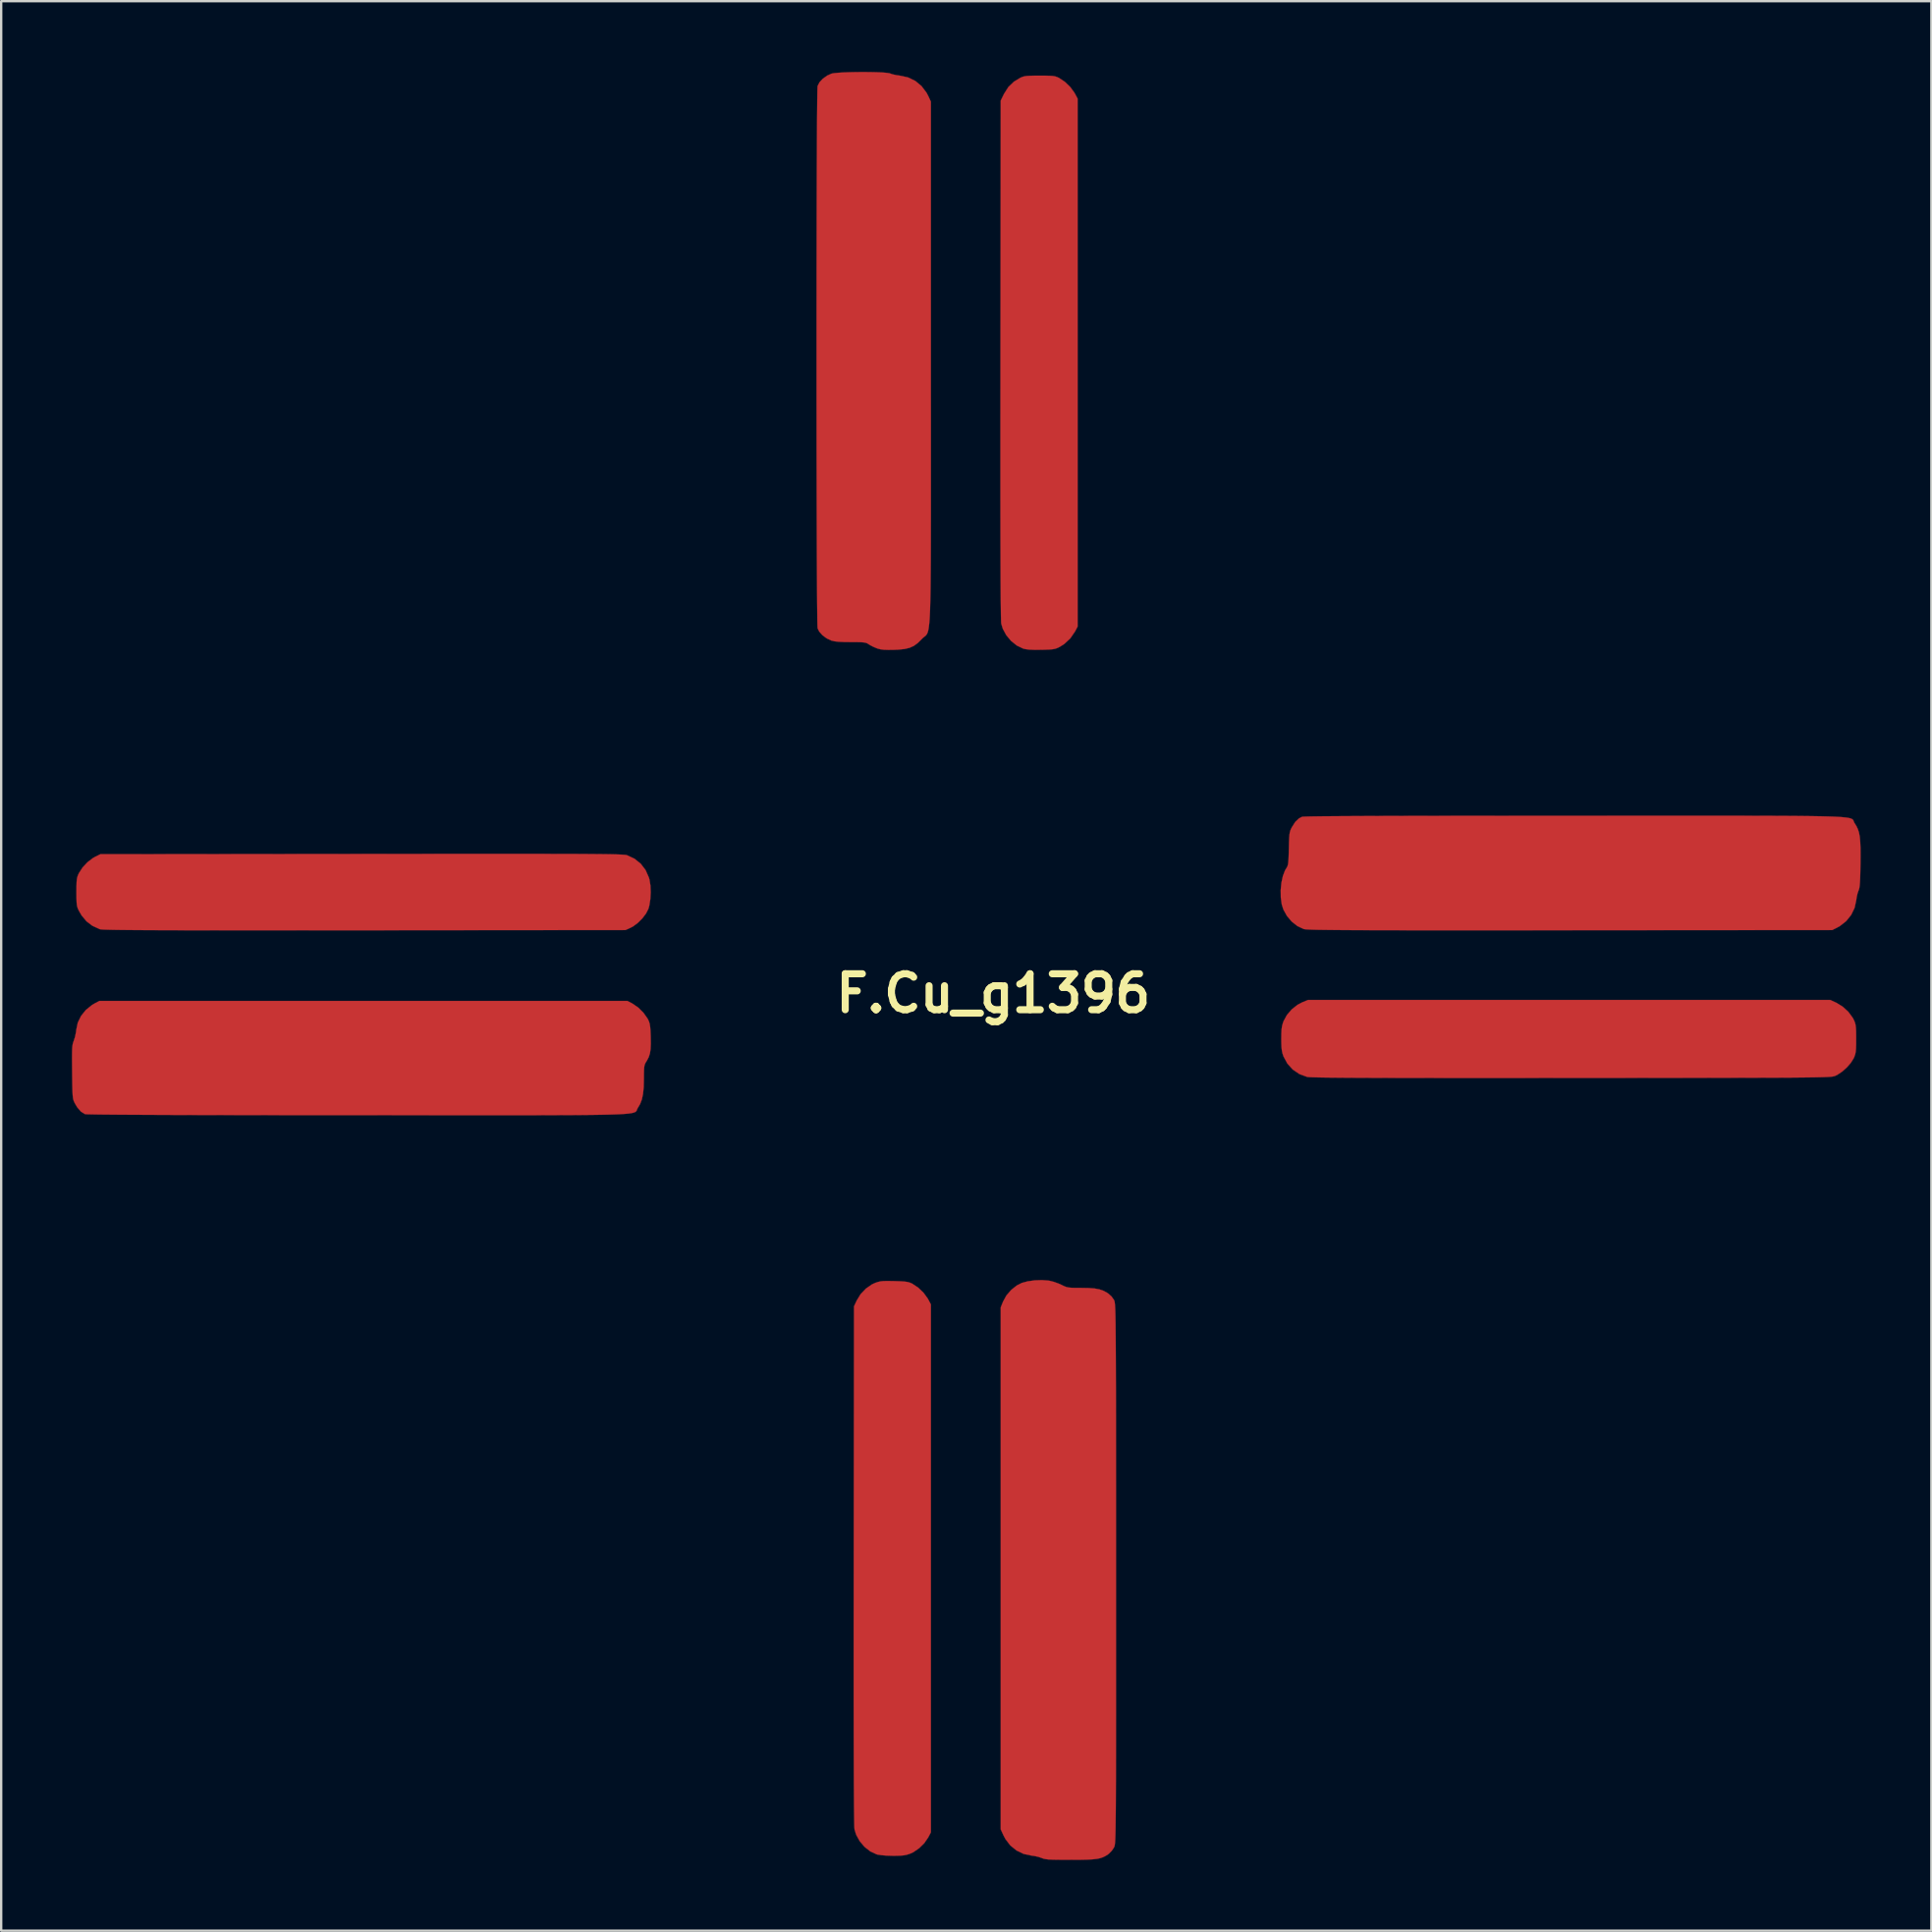
<source format=kicad_pcb>
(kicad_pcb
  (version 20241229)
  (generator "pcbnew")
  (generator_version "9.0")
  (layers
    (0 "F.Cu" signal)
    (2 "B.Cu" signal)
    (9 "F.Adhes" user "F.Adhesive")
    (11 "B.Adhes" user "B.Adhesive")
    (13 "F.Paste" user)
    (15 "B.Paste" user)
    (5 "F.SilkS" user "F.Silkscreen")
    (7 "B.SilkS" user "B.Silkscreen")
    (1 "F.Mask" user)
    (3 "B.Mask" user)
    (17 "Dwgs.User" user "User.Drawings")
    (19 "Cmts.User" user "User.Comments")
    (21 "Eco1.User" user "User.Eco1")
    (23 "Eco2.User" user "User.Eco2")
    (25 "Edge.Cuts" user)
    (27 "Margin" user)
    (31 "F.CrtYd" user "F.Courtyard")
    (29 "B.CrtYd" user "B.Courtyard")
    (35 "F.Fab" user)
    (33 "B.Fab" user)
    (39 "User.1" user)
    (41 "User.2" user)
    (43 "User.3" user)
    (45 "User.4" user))
  (footprint "F.Cu_g1396"
    (layer "F.Cu")
    (at 39.076 39.084)
    (property "Reference" "F.Cu_g1396" (at 0 0 0) (layer "F.SilkS") (effects (font (size 1.524 1.524) (thickness 0.3))))
    (attr through_hole)
    (fp_poly (pts (xy -4.289 12.198) (xy -4.191 12.2) (xy -3.95 12.208) (xy -3.774 12.219) (xy -3.646 12.236) (xy -3.547 12.262) (xy -3.458 12.299) (xy -3.429 12.314) (xy -3.183 12.478) (xy -2.956 12.696) (xy -2.779 12.938) (xy -2.759 12.975) (xy -2.646 13.187) (xy -2.646 35.581) (xy -2.758 35.794) (xy -2.924 36.037) (xy -3.143 36.253) (xy -3.389 36.421) (xy -3.528 36.485) (xy -3.656 36.527) (xy -3.787 36.554) (xy -3.945 36.568) (xy -4.152 36.573) (xy -4.267 36.573) (xy -4.526 36.566) (xy -4.749 36.547) (xy -4.915 36.521) (xy -4.953 36.51) (xy -5.217 36.386) (xy -5.459 36.195) (xy -5.663 35.955) (xy -5.813 35.683) (xy -5.883 35.459) (xy -5.888 35.399) (xy -5.893 35.27) (xy -5.897 35.072) (xy -5.901 34.803) (xy -5.905 34.463) (xy -5.908 34.05) (xy -5.911 33.563) (xy -5.913 33.002) (xy -5.915 32.366) (xy -5.917 31.653) (xy -5.918 30.862) (xy -5.919 29.993) (xy -5.919 29.044) (xy -5.919 28.015) (xy -5.919 26.905) (xy -5.918 25.711) (xy -5.917 24.434) (xy -5.917 24.257) (xy -5.905 13.271) (xy -5.787 13.018) (xy -5.622 12.75) (xy -5.401 12.518) (xy -5.146 12.341) (xy -5.003 12.275) (xy -4.893 12.238) (xy -4.787 12.213) (xy -4.665 12.199) (xy -4.505 12.195) (xy -4.289 12.198)) (stroke (width 0.01) (type solid)) (fill yes) (layer "F.Cu"))
    (fp_poly (pts (xy 2.218 -38.925) (xy 2.4 -38.92) (xy 2.531 -38.911) (xy 2.628 -38.893) (xy 2.708 -38.867) (xy 2.788 -38.829) (xy 2.794 -38.826) (xy 3.041 -38.66) (xy 3.267 -38.442) (xy 3.444 -38.2) (xy 3.464 -38.163) (xy 3.577 -37.952) (xy 3.577 -15.557) (xy 3.465 -15.346) (xy 3.268 -15.06) (xy 3.012 -14.822) (xy 2.815 -14.697) (xy 2.722 -14.652) (xy 2.633 -14.62) (xy 2.53 -14.599) (xy 2.393 -14.587) (xy 2.204 -14.579) (xy 2.032 -14.575) (xy 1.742 -14.574) (xy 1.523 -14.583) (xy 1.361 -14.603) (xy 1.27 -14.626) (xy 1.001 -14.755) (xy 0.757 -14.95) (xy 0.553 -15.194) (xy 0.404 -15.47) (xy 0.34 -15.68) (xy 0.335 -15.74) (xy 0.33 -15.868) (xy 0.326 -16.067) (xy 0.322 -16.336) (xy 0.318 -16.676) (xy 0.315 -17.089) (xy 0.312 -17.575) (xy 0.31 -18.136) (xy 0.308 -18.773) (xy 0.306 -19.486) (xy 0.305 -20.276) (xy 0.304 -21.145) (xy 0.304 -22.094) (xy 0.304 -23.123) (xy 0.304 -24.234) (xy 0.305 -25.427) (xy 0.306 -26.704) (xy 0.306 -26.883) (xy 0.318 -37.869) (xy 0.457 -38.152) (xy 0.641 -38.443) (xy 0.882 -38.674) (xy 1.14 -38.83) (xy 1.223 -38.868) (xy 1.308 -38.894) (xy 1.41 -38.911) (xy 1.547 -38.92) (xy 1.736 -38.925) (xy 1.968 -38.925) (xy 2.218 -38.925)) (stroke (width 0.01) (type solid)) (fill yes) (layer "F.Cu"))
    (fp_poly (pts (xy -20.334 -5.92) (xy -19.689 -5.92) (xy -19.105 -5.919) (xy -18.578 -5.918) (xy -18.106 -5.917) (xy -17.685 -5.916) (xy -17.312 -5.914) (xy -16.985 -5.911) (xy -16.701 -5.909) (xy -16.456 -5.906) (xy -16.247 -5.903) (xy -16.072 -5.899) (xy -15.928 -5.895) (xy -15.81 -5.89) (xy -15.717 -5.885) (xy -15.646 -5.88) (xy -15.593 -5.874) (xy -15.555 -5.868) (xy -15.531 -5.861) (xy -15.216 -5.714) (xy -14.952 -5.502) (xy -14.746 -5.233) (xy -14.604 -4.912) (xy -14.58 -4.826) (xy -14.54 -4.579) (xy -14.529 -4.291) (xy -14.545 -3.996) (xy -14.587 -3.727) (xy -14.627 -3.585) (xy -14.728 -3.388) (xy -14.884 -3.184) (xy -15.074 -2.994) (xy -15.274 -2.844) (xy -15.377 -2.789) (xy -15.6 -2.688) (xy -26.67 -2.679) (xy -27.848 -2.678) (xy -28.943 -2.678) (xy -29.96 -2.677) (xy -30.9 -2.677) (xy -31.766 -2.677) (xy -32.562 -2.677) (xy -33.289 -2.678) (xy -33.951 -2.679) (xy -34.55 -2.68) (xy -35.089 -2.681) (xy -35.572 -2.683) (xy -35.999 -2.685) (xy -36.376 -2.687) (xy -36.703 -2.69) (xy -36.984 -2.693) (xy -37.222 -2.696) (xy -37.419 -2.7) (xy -37.578 -2.704) (xy -37.702 -2.708) (xy -37.793 -2.713) (xy -37.855 -2.719) (xy -37.89 -2.724) (xy -37.895 -2.726) (xy -38.207 -2.869) (xy -38.458 -3.06) (xy -38.665 -3.31) (xy -38.769 -3.488) (xy -38.815 -3.579) (xy -38.846 -3.662) (xy -38.866 -3.755) (xy -38.877 -3.876) (xy -38.882 -4.044) (xy -38.883 -4.278) (xy -38.883 -4.297) (xy -38.882 -4.538) (xy -38.877 -4.713) (xy -38.866 -4.84) (xy -38.846 -4.937) (xy -38.815 -5.024) (xy -38.779 -5.101) (xy -38.625 -5.34) (xy -38.416 -5.564) (xy -38.181 -5.744) (xy -38.079 -5.801) (xy -37.867 -5.905) (xy -26.798 -5.916) (xy -25.645 -5.918) (xy -24.573 -5.918) (xy -23.58 -5.919) (xy -22.663 -5.92) (xy -21.818 -5.92) (xy -21.043 -5.92) (xy -20.334 -5.92)) (stroke (width 0.01) (type solid)) (fill yes) (layer "F.Cu"))
    (fp_poly (pts (xy 35.76 0.397) (xy 36.025 0.559) (xy 36.263 0.777) (xy 36.45 1.029) (xy 36.505 1.134) (xy 36.543 1.225) (xy 36.569 1.319) (xy 36.585 1.434) (xy 36.594 1.589) (xy 36.597 1.801) (xy 36.597 1.926) (xy 36.596 2.17) (xy 36.59 2.348) (xy 36.578 2.479) (xy 36.557 2.582) (xy 36.525 2.675) (xy 36.497 2.742) (xy 36.377 2.937) (xy 36.204 3.137) (xy 36.001 3.317) (xy 35.794 3.455) (xy 35.701 3.498) (xy 35.677 3.506) (xy 35.65 3.514) (xy 35.614 3.521) (xy 35.568 3.528) (xy 35.508 3.534) (xy 35.431 3.539) (xy 35.334 3.544) (xy 35.214 3.549) (xy 35.068 3.553) (xy 34.892 3.557) (xy 34.685 3.56) (xy 34.441 3.563) (xy 34.159 3.566) (xy 33.836 3.569) (xy 33.468 3.571) (xy 33.052 3.573) (xy 32.585 3.574) (xy 32.064 3.576) (xy 31.486 3.577) (xy 30.848 3.578) (xy 30.147 3.58) (xy 29.379 3.58) (xy 28.542 3.581) (xy 27.633 3.582) (xy 26.648 3.583) (xy 25.584 3.584) (xy 24.511 3.584) (xy 23.322 3.585) (xy 22.214 3.586) (xy 21.186 3.586) (xy 20.235 3.586) (xy 19.358 3.586) (xy 18.553 3.585) (xy 17.817 3.584) (xy 17.148 3.583) (xy 16.542 3.582) (xy 15.998 3.58) (xy 15.512 3.578) (xy 15.082 3.576) (xy 14.706 3.573) (xy 14.381 3.57) (xy 14.104 3.567) (xy 13.873 3.563) (xy 13.685 3.559) (xy 13.537 3.555) (xy 13.427 3.55) (xy 13.352 3.545) (xy 13.311 3.539) (xy 13.309 3.539) (xy 12.984 3.418) (xy 12.704 3.228) (xy 12.477 2.978) (xy 12.313 2.675) (xy 12.311 2.67) (xy 12.269 2.549) (xy 12.242 2.425) (xy 12.226 2.276) (xy 12.219 2.079) (xy 12.218 1.926) (xy 12.221 1.691) (xy 12.23 1.517) (xy 12.25 1.382) (xy 12.283 1.261) (xy 12.315 1.171) (xy 12.456 0.913) (xy 12.66 0.676) (xy 12.904 0.483) (xy 13.109 0.375) (xy 13.356 0.275) (xy 35.496 0.275) (xy 35.76 0.397)) (stroke (width 0.01) (type solid)) (fill yes) (layer "F.Cu"))
    (fp_poly (pts (xy -15.303 0.43) (xy -15.06 0.597) (xy -14.837 0.818) (xy -14.663 1.063) (xy -14.643 1.101) (xy -14.6 1.193) (xy -14.571 1.292) (xy -14.551 1.415) (xy -14.538 1.583) (xy -14.529 1.814) (xy -14.528 1.838) (xy -14.524 2.133) (xy -14.534 2.363) (xy -14.562 2.545) (xy -14.611 2.698) (xy -14.684 2.84) (xy -14.714 2.888) (xy -14.756 2.959) (xy -14.785 3.029) (xy -14.803 3.118) (xy -14.812 3.242) (xy -14.816 3.418) (xy -14.817 3.61) (xy -14.825 3.967) (xy -14.853 4.255) (xy -14.902 4.491) (xy -14.977 4.688) (xy -15.069 4.845) (xy -15.088 4.877) (xy -15.102 4.907) (xy -15.112 4.935) (xy -15.122 4.961) (xy -15.136 4.985) (xy -15.155 5.007) (xy -15.184 5.027) (xy -15.224 5.045) (xy -15.28 5.062) (xy -15.353 5.077) (xy -15.446 5.091) (xy -15.564 5.103) (xy -15.708 5.113) (xy -15.882 5.123) (xy -16.089 5.131) (xy -16.331 5.138) (xy -16.612 5.144) (xy -16.934 5.149) (xy -17.301 5.153) (xy -17.715 5.157) (xy -18.179 5.159) (xy -18.697 5.161) (xy -19.271 5.163) (xy -19.904 5.164) (xy -20.6 5.164) (xy -21.361 5.164) (xy -22.189 5.164) (xy -23.089 5.164) (xy -24.063 5.163) (xy -25.114 5.163) (xy -26.245 5.162) (xy -26.952 5.162) (xy -28.266 5.162) (xy -29.503 5.161) (xy -30.664 5.16) (xy -31.747 5.158) (xy -32.751 5.157) (xy -33.677 5.155) (xy -34.524 5.153) (xy -35.291 5.15) (xy -35.978 5.147) (xy -36.584 5.144) (xy -37.109 5.141) (xy -37.552 5.137) (xy -37.912 5.134) (xy -38.191 5.129) (xy -38.385 5.125) (xy -38.496 5.12) (xy -38.523 5.117) (xy -38.696 5.009) (xy -38.852 4.826) (xy -38.94 4.678) (xy -38.974 4.613) (xy -39 4.553) (xy -39.02 4.486) (xy -39.035 4.401) (xy -39.045 4.287) (xy -39.052 4.132) (xy -39.058 3.926) (xy -39.062 3.657) (xy -39.066 3.337) (xy -39.069 2.994) (xy -39.071 2.725) (xy -39.069 2.518) (xy -39.065 2.362) (xy -39.056 2.245) (xy -39.043 2.156) (xy -39.024 2.083) (xy -39 2.017) (xy -38.995 2.003) (xy -38.943 1.84) (xy -38.904 1.648) (xy -38.891 1.543) (xy -38.827 1.239) (xy -38.687 0.953) (xy -38.482 0.698) (xy -38.22 0.487) (xy -38.1 0.417) (xy -37.91 0.318) (xy -15.515 0.318) (xy -15.303 0.43)) (stroke (width 0.01) (type solid)) (fill yes) (layer "F.Cu"))
    (fp_poly (pts (xy 2.345 12.179) (xy 2.392 12.187) (xy 2.575 12.234) (xy 2.776 12.307) (xy 2.895 12.361) (xy 2.999 12.412) (xy 3.088 12.447) (xy 3.182 12.47) (xy 3.299 12.482) (xy 3.46 12.487) (xy 3.683 12.488) (xy 3.725 12.488) (xy 4.043 12.494) (xy 4.294 12.513) (xy 4.495 12.549) (xy 4.664 12.606) (xy 4.817 12.688) (xy 4.879 12.729) (xy 5.013 12.849) (xy 5.116 12.992) (xy 5.128 13.017) (xy 5.136 13.037) (xy 5.143 13.062) (xy 5.15 13.096) (xy 5.156 13.141) (xy 5.162 13.201) (xy 5.167 13.279) (xy 5.172 13.377) (xy 5.177 13.499) (xy 5.181 13.648) (xy 5.184 13.826) (xy 5.188 14.037) (xy 5.19 14.283) (xy 5.193 14.569) (xy 5.195 14.896) (xy 5.197 15.267) (xy 5.199 15.687) (xy 5.2 16.157) (xy 5.202 16.681) (xy 5.203 17.262) (xy 5.204 17.903) (xy 5.204 18.606) (xy 5.205 19.375) (xy 5.205 20.213) (xy 5.206 21.123) (xy 5.206 22.108) (xy 5.206 23.171) (xy 5.206 24.315) (xy 5.206 24.614) (xy 5.206 25.777) (xy 5.206 26.858) (xy 5.206 27.861) (xy 5.206 28.788) (xy 5.206 29.642) (xy 5.206 30.427) (xy 5.205 31.145) (xy 5.205 31.8) (xy 5.204 32.394) (xy 5.203 32.931) (xy 5.202 33.414) (xy 5.2 33.845) (xy 5.199 34.227) (xy 5.197 34.564) (xy 5.194 34.859) (xy 5.191 35.115) (xy 5.188 35.334) (xy 5.185 35.52) (xy 5.181 35.675) (xy 5.177 35.804) (xy 5.172 35.908) (xy 5.167 35.991) (xy 5.161 36.055) (xy 5.155 36.105) (xy 5.148 36.142) (xy 5.141 36.17) (xy 5.133 36.193) (xy 5.124 36.212) (xy 5.121 36.219) (xy 5.028 36.359) (xy 4.905 36.485) (xy 4.871 36.511) (xy 4.765 36.579) (xy 4.658 36.633) (xy 4.54 36.674) (xy 4.398 36.704) (xy 4.221 36.724) (xy 3.997 36.736) (xy 3.715 36.743) (xy 3.363 36.744) (xy 3.264 36.744) (xy 2.932 36.743) (xy 2.673 36.741) (xy 2.477 36.736) (xy 2.33 36.728) (xy 2.222 36.715) (xy 2.141 36.699) (xy 2.076 36.676) (xy 2.053 36.667) (xy 1.914 36.619) (xy 1.737 36.581) (xy 1.625 36.566) (xy 1.29 36.495) (xy 0.987 36.349) (xy 0.725 36.136) (xy 0.516 35.863) (xy 0.439 35.718) (xy 0.318 35.454) (xy 0.318 13.314) (xy 0.417 13.067) (xy 0.559 12.809) (xy 0.761 12.575) (xy 0.999 12.386) (xy 1.212 12.278) (xy 1.462 12.21) (xy 1.758 12.169) (xy 2.064 12.158) (xy 2.345 12.179)) (stroke (width 0.01) (type solid)) (fill yes) (layer "F.Cu"))
    (fp_poly (pts (xy 30.573 -7.536) (xy 31.306 -7.536) (xy 31.975 -7.535) (xy 32.583 -7.534) (xy 33.133 -7.532) (xy 33.628 -7.53) (xy 34.071 -7.527) (xy 34.464 -7.523) (xy 34.812 -7.518) (xy 35.116 -7.513) (xy 35.38 -7.506) (xy 35.607 -7.499) (xy 35.8 -7.49) (xy 35.961 -7.48) (xy 36.093 -7.468) (xy 36.201 -7.456) (xy 36.285 -7.441) (xy 36.35 -7.426) (xy 36.399 -7.408) (xy 36.434 -7.389) (xy 36.458 -7.368) (xy 36.475 -7.345) (xy 36.487 -7.321) (xy 36.497 -7.294) (xy 36.508 -7.265) (xy 36.524 -7.234) (xy 36.536 -7.215) (xy 36.612 -7.092) (xy 36.672 -6.964) (xy 36.718 -6.82) (xy 36.75 -6.648) (xy 36.77 -6.436) (xy 36.781 -6.173) (xy 36.783 -5.846) (xy 36.78 -5.511) (xy 36.775 -5.178) (xy 36.768 -4.919) (xy 36.759 -4.723) (xy 36.747 -4.578) (xy 36.732 -4.473) (xy 36.712 -4.398) (xy 36.696 -4.36) (xy 36.653 -4.233) (xy 36.617 -4.067) (xy 36.603 -3.962) (xy 36.532 -3.632) (xy 36.386 -3.33) (xy 36.173 -3.066) (xy 35.902 -2.854) (xy 35.775 -2.784) (xy 35.581 -2.688) (xy 24.469 -2.68) (xy 23.302 -2.68) (xy 22.217 -2.679) (xy 21.211 -2.679) (xy 20.282 -2.678) (xy 19.425 -2.678) (xy 18.638 -2.679) (xy 17.918 -2.679) (xy 17.263 -2.68) (xy 16.669 -2.681) (xy 16.134 -2.682) (xy 15.654 -2.683) (xy 15.227 -2.685) (xy 14.85 -2.687) (xy 14.52 -2.69) (xy 14.234 -2.693) (xy 13.989 -2.696) (xy 13.782 -2.699) (xy 13.61 -2.703) (xy 13.471 -2.708) (xy 13.361 -2.712) (xy 13.277 -2.718) (xy 13.218 -2.723) (xy 13.179 -2.729) (xy 13.166 -2.732) (xy 12.902 -2.856) (xy 12.66 -3.047) (xy 12.456 -3.287) (xy 12.306 -3.558) (xy 12.237 -3.774) (xy 12.196 -4.071) (xy 12.192 -4.386) (xy 12.223 -4.697) (xy 12.285 -4.982) (xy 12.376 -5.22) (xy 12.437 -5.321) (xy 12.469 -5.375) (xy 12.493 -5.44) (xy 12.51 -5.531) (xy 12.522 -5.662) (xy 12.53 -5.848) (xy 12.537 -6.102) (xy 12.538 -6.14) (xy 12.544 -6.401) (xy 12.552 -6.594) (xy 12.563 -6.734) (xy 12.58 -6.838) (xy 12.605 -6.922) (xy 12.64 -7.001) (xy 12.665 -7.048) (xy 12.806 -7.271) (xy 12.961 -7.42) (xy 13.094 -7.49) (xy 13.14 -7.495) (xy 13.251 -7.5) (xy 13.427 -7.505) (xy 13.671 -7.509) (xy 13.982 -7.513) (xy 14.363 -7.516) (xy 14.815 -7.519) (xy 15.338 -7.522) (xy 15.934 -7.525) (xy 16.605 -7.527) (xy 17.35 -7.529) (xy 18.172 -7.531) (xy 19.072 -7.532) (xy 20.051 -7.533) (xy 21.11 -7.534) (xy 22.249 -7.535) (xy 23.472 -7.535) (xy 24.666 -7.535) (xy 25.845 -7.535) (xy 26.942 -7.536) (xy 27.96 -7.536) (xy 28.903 -7.536) (xy 29.773 -7.536) (xy 30.573 -7.536)) (stroke (width 0.01) (type solid)) (fill yes) (layer "F.Cu"))
    (fp_poly (pts (xy -5.228 -39.077) (xy -4.957 -39.071) (xy -4.721 -39.061) (xy -4.532 -39.046) (xy -4.406 -39.028) (xy -4.369 -39.015) (xy -4.267 -38.981) (xy -4.116 -38.948) (xy -3.969 -38.927) (xy -3.617 -38.851) (xy -3.306 -38.701) (xy -3.042 -38.483) (xy -2.829 -38.2) (xy -2.757 -38.063) (xy -2.646 -37.825) (xy -2.646 -26.776) (xy -2.646 -25.614) (xy -2.645 -24.534) (xy -2.645 -23.533) (xy -2.645 -22.607) (xy -2.645 -21.753) (xy -2.645 -20.969) (xy -2.645 -20.252) (xy -2.646 -19.597) (xy -2.647 -19.004) (xy -2.649 -18.467) (xy -2.652 -17.985) (xy -2.656 -17.554) (xy -2.66 -17.171) (xy -2.666 -16.833) (xy -2.673 -16.537) (xy -2.68 -16.281) (xy -2.69 -16.06) (xy -2.7 -15.872) (xy -2.713 -15.714) (xy -2.727 -15.584) (xy -2.742 -15.476) (xy -2.76 -15.39) (xy -2.779 -15.322) (xy -2.8 -15.268) (xy -2.824 -15.226) (xy -2.85 -15.192) (xy -2.878 -15.164) (xy -2.908 -15.139) (xy -2.941 -15.113) (xy -2.977 -15.084) (xy -3.015 -15.048) (xy -3.03 -15.032) (xy -3.202 -14.863) (xy -3.368 -14.741) (xy -3.549 -14.659) (xy -3.765 -14.608) (xy -4.034 -14.581) (xy -4.212 -14.574) (xy -4.457 -14.571) (xy -4.638 -14.577) (xy -4.778 -14.595) (xy -4.898 -14.625) (xy -4.933 -14.637) (xy -5.086 -14.701) (xy -5.228 -14.775) (xy -5.278 -14.807) (xy -5.335 -14.844) (xy -5.398 -14.869) (xy -5.48 -14.886) (xy -5.599 -14.896) (xy -5.769 -14.9) (xy -6.006 -14.901) (xy -6.042 -14.901) (xy -6.339 -14.905) (xy -6.565 -14.916) (xy -6.733 -14.935) (xy -6.856 -14.964) (xy -6.867 -14.967) (xy -7.068 -15.062) (xy -7.247 -15.196) (xy -7.382 -15.349) (xy -7.449 -15.486) (xy -7.453 -15.544) (xy -7.458 -15.682) (xy -7.462 -15.897) (xy -7.465 -16.183) (xy -7.469 -16.537) (xy -7.472 -16.955) (xy -7.475 -17.432) (xy -7.478 -17.963) (xy -7.481 -18.546) (xy -7.483 -19.174) (xy -7.485 -19.845) (xy -7.487 -20.553) (xy -7.489 -21.296) (xy -7.49 -22.067) (xy -7.492 -22.864) (xy -7.493 -23.681) (xy -7.493 -24.515) (xy -7.494 -25.362) (xy -7.494 -26.216) (xy -7.494 -27.074) (xy -7.494 -27.932) (xy -7.494 -28.786) (xy -7.493 -29.63) (xy -7.493 -30.461) (xy -7.491 -31.274) (xy -7.49 -32.066) (xy -7.489 -32.832) (xy -7.487 -33.568) (xy -7.485 -34.269) (xy -7.483 -34.932) (xy -7.48 -35.551) (xy -7.478 -36.124) (xy -7.475 -36.644) (xy -7.472 -37.11) (xy -7.468 -37.515) (xy -7.465 -37.855) (xy -7.461 -38.128) (xy -7.457 -38.327) (xy -7.453 -38.45) (xy -7.449 -38.489) (xy -7.369 -38.644) (xy -7.228 -38.796) (xy -7.045 -38.926) (xy -6.867 -39.008) (xy -6.76 -39.03) (xy -6.586 -39.047) (xy -6.361 -39.061) (xy -6.099 -39.071) (xy -5.812 -39.077) (xy -5.517 -39.079) (xy -5.228 -39.077)) (stroke (width 0.01) (type solid)) (fill yes) (layer "F.Cu")))
  (gr_rect
    (start -3 -3)
    (end 78.864 78.834)
    (stroke (width 0.1) (type default))
    (fill no)
    (layer "Edge.Cuts")))
</source>
